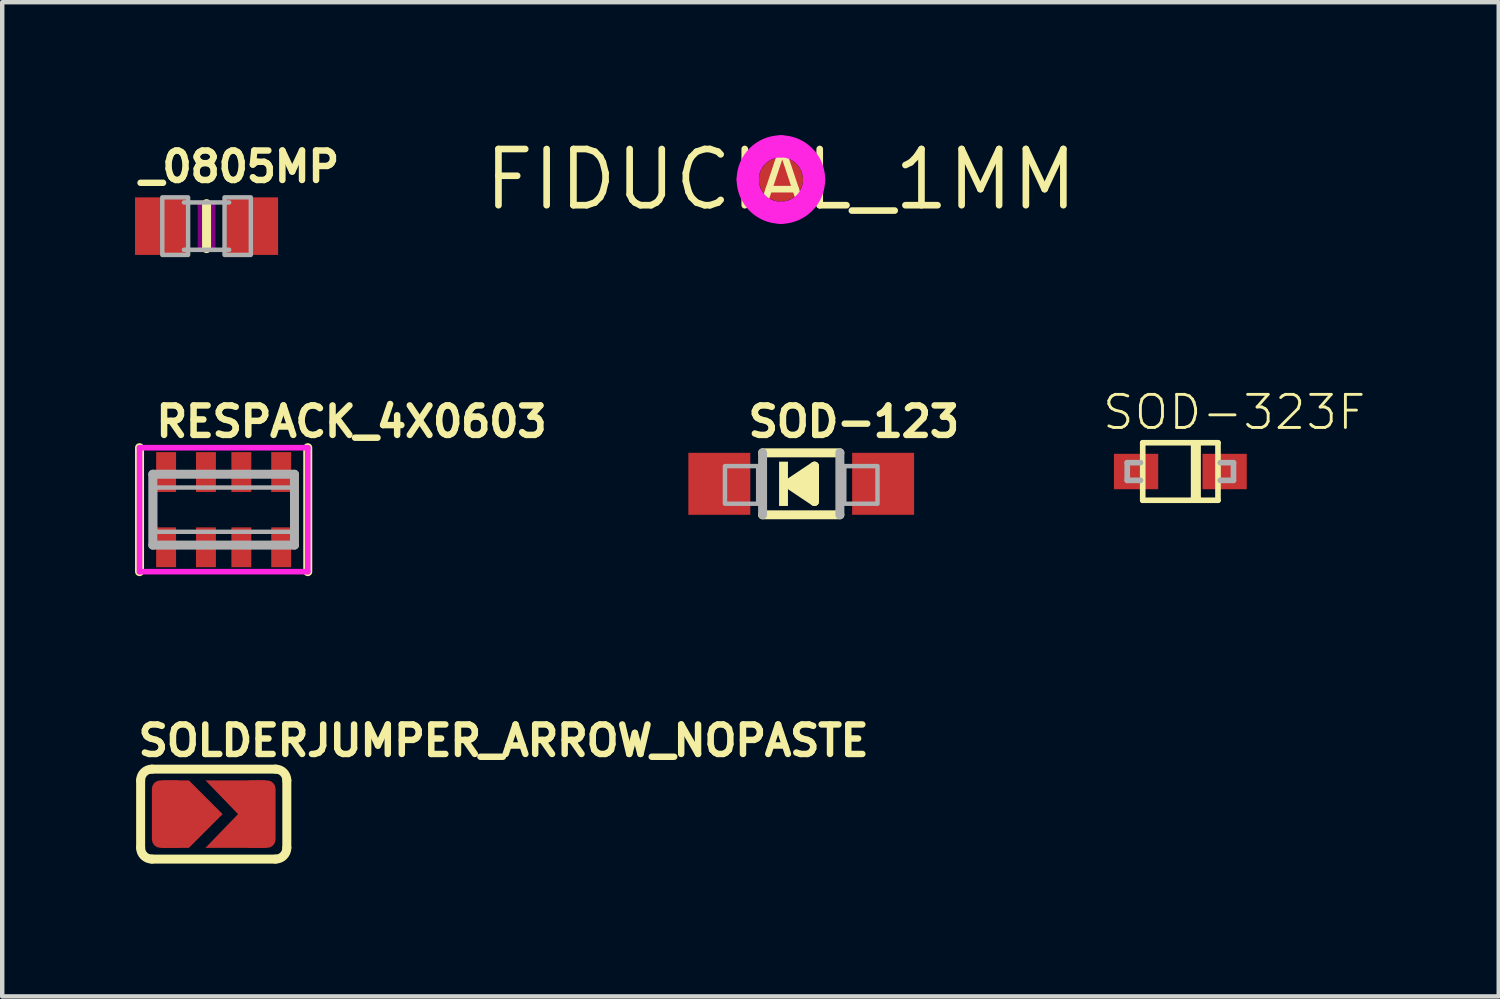
<source format=kicad_pcb>
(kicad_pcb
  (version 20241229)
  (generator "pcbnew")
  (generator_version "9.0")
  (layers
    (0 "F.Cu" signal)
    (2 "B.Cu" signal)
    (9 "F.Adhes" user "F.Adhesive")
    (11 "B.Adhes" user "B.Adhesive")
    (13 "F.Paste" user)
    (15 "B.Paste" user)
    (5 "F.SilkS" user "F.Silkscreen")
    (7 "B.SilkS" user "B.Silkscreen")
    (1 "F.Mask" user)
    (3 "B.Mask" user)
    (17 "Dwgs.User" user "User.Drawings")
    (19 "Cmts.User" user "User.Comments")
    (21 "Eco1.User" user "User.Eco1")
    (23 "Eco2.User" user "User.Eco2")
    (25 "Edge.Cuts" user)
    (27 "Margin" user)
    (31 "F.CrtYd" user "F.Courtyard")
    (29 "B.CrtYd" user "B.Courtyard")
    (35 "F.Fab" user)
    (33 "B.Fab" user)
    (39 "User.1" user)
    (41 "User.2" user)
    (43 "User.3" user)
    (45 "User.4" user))
  (footprint "SOD-123"
    (layer "F.Cu")
    (at 15.049 7.879)
    (property "Reference" "SOD-123" (at -1.27 -1.016 0) (layer "F.SilkS") (effects (font (size 0.666 0.666) (thickness 0.146)) (justify left bottom)))
    (fp_line (start -0.873 -0.7) (end 0.873 -0.7) (stroke (width 0.203) (type solid)) (layer "F.SilkS"))
    (fp_line (start -0.3 0) (end 0.3 -0.4) (stroke (width 0.203) (type solid)) (layer "F.SilkS"))
    (fp_line (start 0.3 -0.4) (end 0.3 0.4) (stroke (width 0.203) (type solid)) (layer "F.SilkS"))
    (fp_line (start 0.3 0.4) (end -0.3 0) (stroke (width 0.203) (type solid)) (layer "F.SilkS"))
    (fp_line (start 0.873 0.7) (end -0.873 0.7) (stroke (width 0.203) (type solid)) (layer "F.SilkS"))
    (fp_poly (pts (xy 0.302 0.39) (xy -0.283 0) (xy 0.302 -0.39)) (stroke (width 0) (type solid)) (fill yes) (layer "F.SilkS"))
    (fp_poly (pts (xy -0.5 0.5) (xy -0.3 0.5) (xy -0.3 -0.5) (xy -0.5 -0.5)) (stroke (width 0) (type solid)) (fill yes) (layer "F.SilkS"))
    (fp_line (start -0.873 0.7) (end -0.873 -0.7) (stroke (width 0.203) (type solid)) (layer "F.Fab"))
    (fp_line (start 0.873 -0.7) (end 0.873 0.7) (stroke (width 0.203) (type solid)) (layer "F.Fab"))
    (fp_poly (pts (xy -1.723 0.45) (xy -0.973 0.45) (xy -0.973 -0.4) (xy -1.723 -0.4)) (stroke (width 0.1) (type solid)) (fill no) (layer "F.Fab"))
    (fp_poly (pts (xy 0.973 0.45) (xy 1.723 0.45) (xy 1.723 -0.4) (xy 0.973 -0.4)) (stroke (width 0.1) (type solid)) (fill no) (layer "F.Fab"))
    (pad "A" smd rect (at 1.85 0 90) (size 1.4 1.4) (layers "F.Cu" "F.Mask" "F.Paste"))
    (pad "C" smd rect (at -1.85 0 90) (size 1.4 1.4) (layers "F.Cu" "F.Mask" "F.Paste")))
  (footprint "FIDUCIAL_1MM"
    (layer "F.Cu")
    (at 14.59 1.006)
    (property "Reference" "FIDUCIAL_1MM" (at 0 0 0) (layer "F.SilkS") (effects (font (size 1.27 1.27) (thickness 0.15))))
    (fp_arc (start -0.75 0) (mid -0.53033 -0.53033) (end 0 -0.75) (stroke (width 0.5) (type solid)) (layer "F.Mask"))
    (fp_arc (start 0 -0.75) (mid 0.53033 -0.53033) (end 0.75 0) (stroke (width 0.5) (type solid)) (layer "F.Mask"))
    (fp_arc (start 0 0.75) (mid -0.53033 0.53033) (end -0.75 0) (stroke (width 0.5) (type solid)) (layer "F.Mask"))
    (fp_arc (start 0.75 0) (mid 0.53033 0.53033) (end 0 0.75) (stroke (width 0.5) (type solid)) (layer "F.Mask"))
    (fp_arc (start -0.75 0) (mid -0.53033 -0.53033) (end 0 -0.75) (stroke (width 0.5) (type solid)) (layer "F.CrtYd"))
    (fp_arc (start 0 -0.75) (mid 0.53033 -0.53033) (end 0.75 0) (stroke (width 0.5) (type solid)) (layer "F.CrtYd"))
    (fp_arc (start 0 0.75) (mid -0.53033 0.53033) (end -0.75 0) (stroke (width 0.5) (type solid)) (layer "F.CrtYd"))
    (fp_arc (start 0.75 0) (mid 0.53033 0.53033) (end 0 0.75) (stroke (width 0.5) (type solid)) (layer "F.CrtYd"))
    (pad "1" smd roundrect (at 0 0) (size 1 1) (layers "F.Cu" "F.Mask") (roundrect_rratio 0.5)))
  (footprint "SOD-323F"
    (layer "F.Cu")
    (at 23.613 7.601)
    (property "Reference" "SOD-323F" (at -1.8 -0.9 0) (layer "F.SilkS") (effects (font (size 0.748 0.748) (thickness 0.065)) (justify left bottom)))
    (fp_line (start -0.85 -0.65) (end 0.85 -0.65) (stroke (width 0.127) (type solid)) (layer "F.SilkS"))
    (fp_line (start -0.85 0.65) (end -0.85 -0.65) (stroke (width 0.127) (type solid)) (layer "F.SilkS"))
    (fp_line (start 0.3 0.6) (end 0.3 -0.6) (stroke (width 0.127) (type solid)) (layer "F.SilkS"))
    (fp_line (start 0.4 -0.6) (end 0.4 0.6) (stroke (width 0.127) (type solid)) (layer "F.SilkS"))
    (fp_line (start 0.4 0.6) (end 0.3 0.6) (stroke (width 0.127) (type solid)) (layer "F.SilkS"))
    (fp_line (start 0.85 -0.65) (end 0.85 0.65) (stroke (width 0.127) (type solid)) (layer "F.SilkS"))
    (fp_line (start 0.85 0.65) (end -0.85 0.65) (stroke (width 0.127) (type solid)) (layer "F.SilkS"))
    (fp_line (start -1.2 -0.2) (end -1.2 0.2) (stroke (width 0.127) (type solid)) (layer "F.Fab"))
    (fp_line (start -1.2 0.2) (end -0.9 0.2) (stroke (width 0.127) (type solid)) (layer "F.Fab"))
    (fp_line (start -0.9 -0.2) (end -1.2 -0.2) (stroke (width 0.127) (type solid)) (layer "F.Fab"))
    (fp_line (start 0.9 -0.2) (end 1.2 -0.2) (stroke (width 0.127) (type solid)) (layer "F.Fab"))
    (fp_line (start 1.2 -0.2) (end 1.2 0.2) (stroke (width 0.127) (type solid)) (layer "F.Fab"))
    (fp_line (start 1.2 0.2) (end 0.9 0.2) (stroke (width 0.127) (type solid)) (layer "F.Fab"))
    (pad "A" smd rect (at -1 0) (size 1 0.8) (layers "F.Cu" "F.Mask" "F.Paste"))
    (pad "C" smd rect (at 1 0) (size 1 0.8) (layers "F.Cu" "F.Mask" "F.Paste")))
  (footprint "_0805MP"
    (layer "F.Cu")
    (at 1.616 2.058)
    (property "Reference" "_0805MP" (at -1.587 -0.953 0) (layer "F.SilkS") (effects (font (size 0.666 0.666) (thickness 0.146)) (justify left bottom)))
    (fp_line (start 0 -0.508) (end 0 0.508) (stroke (width 0.203) (type solid)) (layer "F.SilkS"))
    (fp_poly (pts (xy -0.2 0.5) (xy 0.2 0.5) (xy 0.2 -0.5) (xy -0.2 -0.5)) (stroke (width 0) (type solid)) (fill yes) (layer "F.Adhes"))
    (fp_line (start -0.51 -0.535) (end 0.51 -0.535) (stroke (width 0.102) (type solid)) (layer "F.Fab"))
    (fp_line (start -0.51 0.535) (end 0.51 0.535) (stroke (width 0.102) (type solid)) (layer "F.Fab"))
    (fp_poly (pts (xy -1 0.65) (xy -0.417 0.65) (xy -0.417 -0.65) (xy -1 -0.65)) (stroke (width 0.1) (type solid)) (fill no) (layer "F.Fab"))
    (fp_poly (pts (xy 0.406 0.65) (xy 1 0.65) (xy 1 -0.65) (xy 0.406 -0.65)) (stroke (width 0.1) (type solid)) (fill no) (layer "F.Fab"))
    (pad "1" smd rect (at -1.016 0) (size 1.2 1.3) (layers "F.Cu" "F.Mask" "F.Paste"))
    (pad "2" smd rect (at 1.016 0) (size 1.2 1.3) (layers "F.Cu" "F.Mask" "F.Paste")))
  (footprint "SOLDERJUMPER_ARROW_NOPASTE"
    (layer "F.Cu")
    (at 1.778 15.34)
    (property "Reference" "SOLDERJUMPER_ARROW_NOPASTE" (at -1.778 -1.27 0) (layer "F.SilkS") (effects (font (size 0.666 0.666) (thickness 0.146)) (justify left bottom)))
    (fp_poly (pts (xy 0.201 0) (xy -0.561 0.762) (xy -1.168 0.762) (xy -1.168 -0.762) (xy -0.561 -0.762)) (stroke (width 0) (type solid)) (fill yes) (layer "F.Cu"))
    (fp_poly (pts (xy 1.168 0.762) (xy -0.187 0.762) (xy 0.549 0) (xy -0.187 -0.762) (xy 1.168 -0.762)) (stroke (width 0) (type solid)) (fill yes) (layer "F.Cu"))
    (fp_poly (pts (xy -1.46 0.826) (xy 1.46 0.826) (xy 1.46 -0.826) (xy -1.46 -0.826)) (stroke (width 0) (type solid)) (fill yes) (layer "F.Mask"))
    (fp_line (start -1.651 0.762) (end -1.651 -0.762) (stroke (width 0.203) (type solid)) (layer "F.SilkS"))
    (fp_line (start -1.397 -1.016) (end 1.397 -1.016) (stroke (width 0.203) (type solid)) (layer "F.SilkS"))
    (fp_line (start 1.397 1.016) (end -1.397 1.016) (stroke (width 0.203) (type solid)) (layer "F.SilkS"))
    (fp_line (start 1.651 0.762) (end 1.651 -0.762) (stroke (width 0.203) (type solid)) (layer "F.SilkS"))
    (fp_arc (start -1.651 -0.762) (mid -1.576605 -0.941605) (end -1.397 -1.016) (stroke (width 0.2032) (type solid)) (layer "F.SilkS"))
    (fp_arc (start -1.397 1.016) (mid -1.576605 0.941605) (end -1.651 0.762) (stroke (width 0.2032) (type solid)) (layer "F.SilkS"))
    (fp_arc (start 1.397 -1.016) (mid 1.576605 -0.941605) (end 1.651 -0.762) (stroke (width 0.2032) (type solid)) (layer "F.SilkS"))
    (fp_arc (start 1.651 0.762) (mid 1.576605 0.941605) (end 1.397 1.016) (stroke (width 0.2032) (type solid)) (layer "F.SilkS"))
    (pad "1" smd roundrect (at -1.016 0) (size 0.762 1.524) (layers "F.Cu") (roundrect_rratio 0.25))
    (pad "2" smd roundrect (at 1.016 0) (size 0.762 1.524) (layers "F.Cu") (roundrect_rratio 0.25)))
  (footprint "RESPACK_4X0603"
    (layer "F.Cu")
    (at 2.002 8.463)
    (property "Reference" "RESPACK_4X0603" (at -1.6 -1.6 0) (layer "F.SilkS") (effects (font (size 0.666 0.666) (thickness 0.146)) (justify left bottom)))
    (fp_line (start -1.9 1.4) (end -1.9 -1.4) (stroke (width 0.203) (type solid)) (layer "F.SilkS"))
    (fp_line (start 1.9 -1.4) (end 1.9 1.4) (stroke (width 0.203) (type solid)) (layer "F.SilkS"))
    (fp_line (start -1.9 -1.4) (end 1.9 -1.4) (stroke (width 0.127) (type solid)) (layer "F.CrtYd"))
    (fp_line (start -1.9 1.4) (end -1.9 -1.4) (stroke (width 0.127) (type solid)) (layer "F.CrtYd"))
    (fp_line (start -1.9 1.4) (end 1.9 1.4) (stroke (width 0.127) (type solid)) (layer "F.CrtYd"))
    (fp_line (start 1.9 -1.4) (end 1.9 1.4) (stroke (width 0.127) (type solid)) (layer "F.CrtYd"))
    (fp_line (start -1.6 -0.8) (end 1.6 -0.8) (stroke (width 0.203) (type solid)) (layer "F.Fab"))
    (fp_line (start -1.6 0.8) (end -1.6 -0.8) (stroke (width 0.203) (type solid)) (layer "F.Fab"))
    (fp_line (start 1.6 -0.8) (end 1.6 0.8) (stroke (width 0.203) (type solid)) (layer "F.Fab"))
    (fp_line (start 1.6 0.8) (end -1.6 0.8) (stroke (width 0.203) (type solid)) (layer "F.Fab"))
    (fp_poly (pts (xy -1.55 0.5) (xy 1.55 0.5) (xy 1.55 -0.5) (xy -1.55 -0.5)) (stroke (width 0.1) (type solid)) (fill no) (layer "F.Fab"))
    (pad "1" smd rect (at -1.3 0.85) (size 0.45 0.9) (layers "F.Cu" "F.Mask" "F.Paste"))
    (pad "2" smd rect (at -0.4 0.85) (size 0.45 0.9) (layers "F.Cu" "F.Mask" "F.Paste"))
    (pad "3" smd rect (at 0.4 0.85) (size 0.45 0.9) (layers "F.Cu" "F.Mask" "F.Paste"))
    (pad "4" smd rect (at 1.3 0.85) (size 0.45 0.9) (layers "F.Cu" "F.Mask" "F.Paste"))
    (pad "5" smd rect (at 1.3 -0.85) (size 0.45 0.9) (layers "F.Cu" "F.Mask" "F.Paste"))
    (pad "6" smd rect (at 0.4 -0.85) (size 0.45 0.9) (layers "F.Cu" "F.Mask" "F.Paste"))
    (pad "7" smd rect (at -0.4 -0.85) (size 0.45 0.9) (layers "F.Cu" "F.Mask" "F.Paste"))
    (pad "8" smd rect (at -1.3 -0.85) (size 0.45 0.9) (layers "F.Cu" "F.Mask" "F.Paste")))
  (gr_rect
    (start -3 -3)
    (end 30.805 19.458)
    (stroke (width 0.1) (type default))
    (fill no)
    (layer "Edge.Cuts")))
</source>
